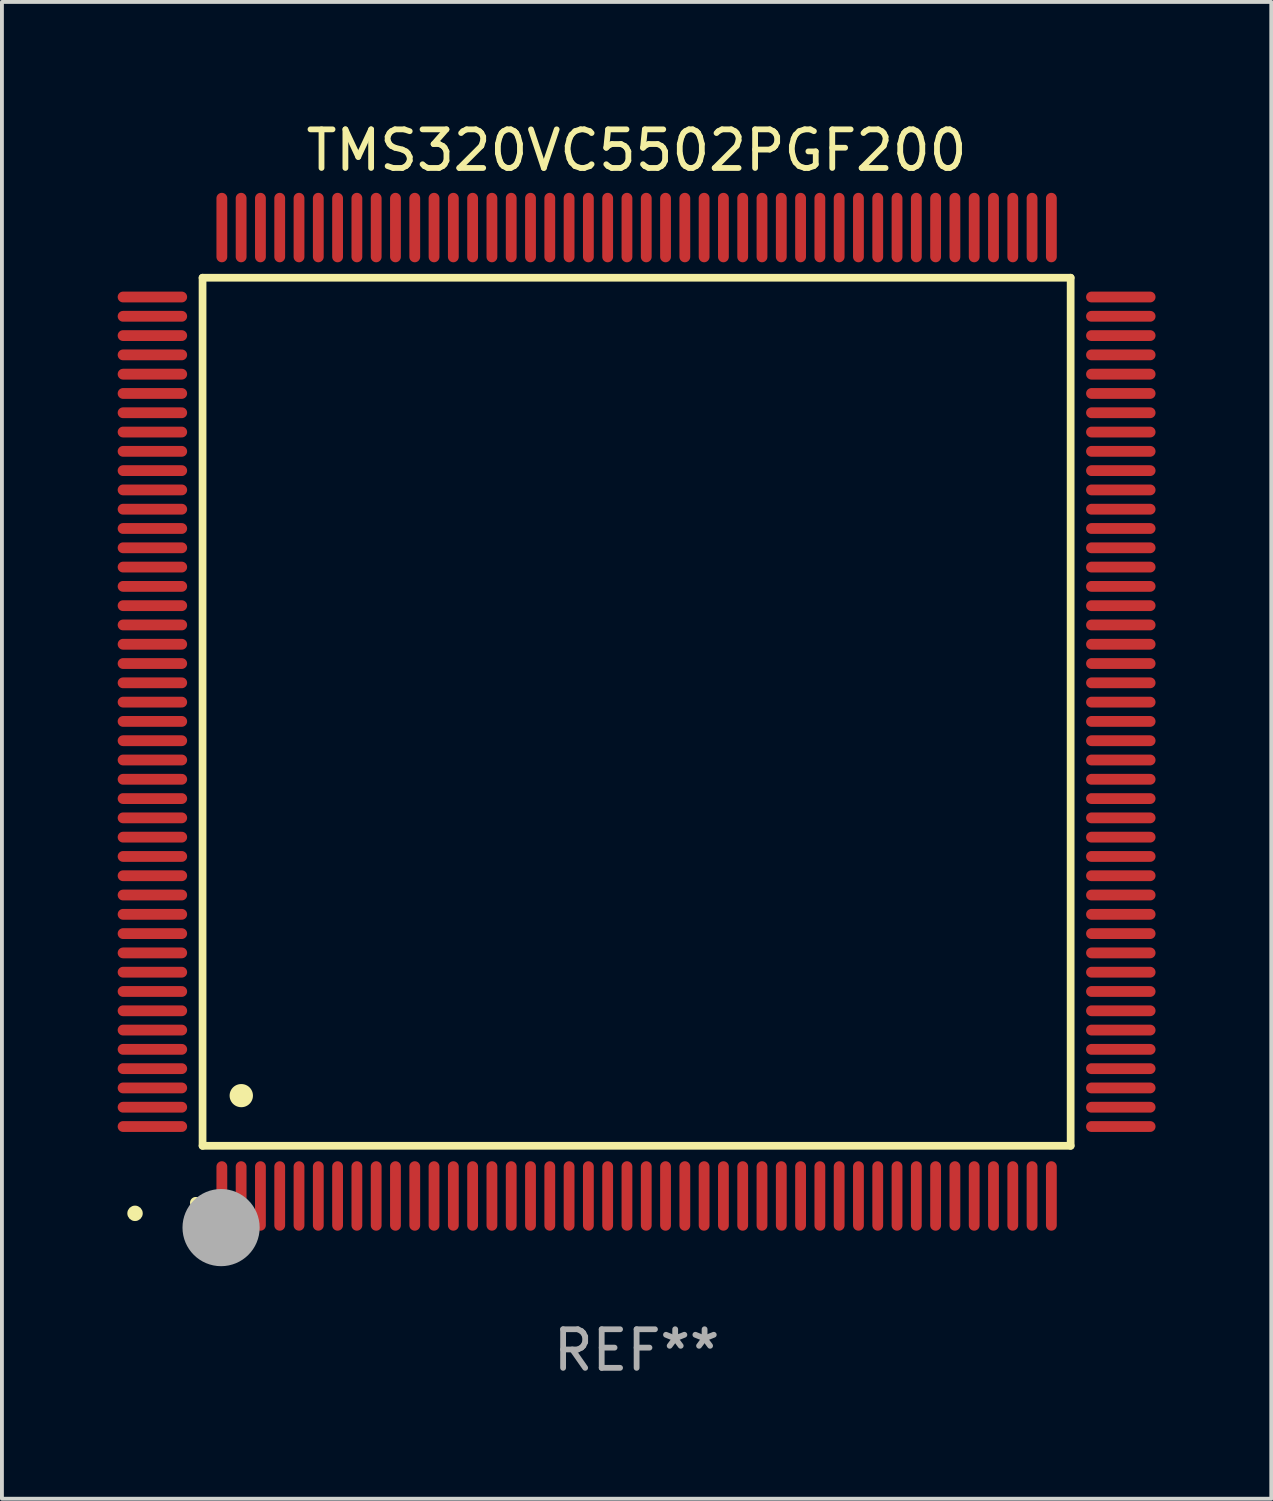
<source format=kicad_pcb>
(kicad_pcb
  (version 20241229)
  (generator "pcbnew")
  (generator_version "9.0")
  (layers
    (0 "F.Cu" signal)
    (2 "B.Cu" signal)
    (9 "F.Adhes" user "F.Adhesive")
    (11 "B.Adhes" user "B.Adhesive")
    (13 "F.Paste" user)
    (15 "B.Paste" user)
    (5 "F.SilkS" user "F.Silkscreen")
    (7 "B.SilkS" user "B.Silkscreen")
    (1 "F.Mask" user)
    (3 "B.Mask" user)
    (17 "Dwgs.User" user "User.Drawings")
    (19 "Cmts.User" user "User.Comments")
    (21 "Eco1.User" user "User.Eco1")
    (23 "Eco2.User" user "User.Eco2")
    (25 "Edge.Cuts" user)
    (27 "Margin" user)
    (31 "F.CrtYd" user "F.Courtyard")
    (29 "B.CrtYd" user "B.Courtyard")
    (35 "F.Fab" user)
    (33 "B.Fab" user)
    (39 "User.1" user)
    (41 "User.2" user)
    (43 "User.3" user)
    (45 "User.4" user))
  (footprint "TMS320VC5502PGF200"
    (layer "F.Cu")
    (at 13.45 15.398)
    (property "Reference" "TMS320VC5502PGF200" (at 0 -14.55 0) (layer "F.SilkS") (effects (font (size 1 1) (thickness 0.15))))
    (attr through_hole)
    (fp_line (start -11.25 -11.25) (end 11.25 -11.25) (stroke (width 0.2) (type solid)) (layer "F.SilkS"))
    (fp_line (start -11.25 11.25) (end -11.25 -11.25) (stroke (width 0.2) (type solid)) (layer "F.SilkS"))
    (fp_line (start 11.25 -11.25) (end 11.25 11.25) (stroke (width 0.2) (type solid)) (layer "F.SilkS"))
    (fp_line (start 11.25 11.25) (end -11.25 11.25) (stroke (width 0.2) (type solid)) (layer "F.SilkS"))
    (fp_arc (start -11.424943 12.725425) (mid -11.423673 12.72542) (end -11.422403 12.725425) (stroke (width 0.3) (type solid)) (layer "F.SilkS"))
    (fp_arc (start -10.24892 9.9492) (mid -10.24638 9.949189) (end -10.24384 9.9492) (stroke (width 0.6) (type solid)) (layer "F.SilkS"))
    (fp_circle (center -13 13) (end -12.9 13) (stroke (width 0.2) (type solid)) (fill no) (layer "F.SilkS"))
    (fp_circle (center -10.77 13.37) (end -10.27 13.37) (stroke (width 1) (type solid)) (fill no) (layer "F.Fab"))
    (fp_text user "REF**" (at 0 16.55 0) (layer "F.Fab") (effects (font (size 1 1) (thickness 0.15))))
    (pad "1" smd oval (at -10.75 12.55) (size 0.28 1.8) (layers "F.Cu" "F.Mask" "F.Paste"))
    (pad "2" smd oval (at -10.25 12.55) (size 0.28 1.8) (layers "F.Cu" "F.Mask" "F.Paste"))
    (pad "3" smd oval (at -9.75 12.55) (size 0.28 1.8) (layers "F.Cu" "F.Mask" "F.Paste"))
    (pad "4" smd oval (at -9.25 12.55) (size 0.28 1.8) (layers "F.Cu" "F.Mask" "F.Paste"))
    (pad "5" smd oval (at -8.75 12.55) (size 0.28 1.8) (layers "F.Cu" "F.Mask" "F.Paste"))
    (pad "6" smd oval (at -8.25 12.55) (size 0.28 1.8) (layers "F.Cu" "F.Mask" "F.Paste"))
    (pad "7" smd oval (at -7.75 12.55) (size 0.28 1.8) (layers "F.Cu" "F.Mask" "F.Paste"))
    (pad "8" smd oval (at -7.25 12.55) (size 0.28 1.8) (layers "F.Cu" "F.Mask" "F.Paste"))
    (pad "9" smd oval (at -6.75 12.55) (size 0.28 1.8) (layers "F.Cu" "F.Mask" "F.Paste"))
    (pad "10" smd oval (at -6.25 12.55) (size 0.28 1.8) (layers "F.Cu" "F.Mask" "F.Paste"))
    (pad "11" smd oval (at -5.75 12.55) (size 0.28 1.8) (layers "F.Cu" "F.Mask" "F.Paste"))
    (pad "12" smd oval (at -5.25 12.55) (size 0.28 1.8) (layers "F.Cu" "F.Mask" "F.Paste"))
    (pad "13" smd oval (at -4.75 12.55) (size 0.28 1.8) (layers "F.Cu" "F.Mask" "F.Paste"))
    (pad "14" smd oval (at -4.25 12.55) (size 0.28 1.8) (layers "F.Cu" "F.Mask" "F.Paste"))
    (pad "15" smd oval (at -3.75 12.55) (size 0.28 1.8) (layers "F.Cu" "F.Mask" "F.Paste"))
    (pad "16" smd oval (at -3.25 12.55) (size 0.28 1.8) (layers "F.Cu" "F.Mask" "F.Paste"))
    (pad "17" smd oval (at -2.75 12.55) (size 0.28 1.8) (layers "F.Cu" "F.Mask" "F.Paste"))
    (pad "18" smd oval (at -2.25 12.55) (size 0.28 1.8) (layers "F.Cu" "F.Mask" "F.Paste"))
    (pad "19" smd oval (at -1.75 12.55) (size 0.28 1.8) (layers "F.Cu" "F.Mask" "F.Paste"))
    (pad "20" smd oval (at -1.25 12.55) (size 0.28 1.8) (layers "F.Cu" "F.Mask" "F.Paste"))
    (pad "21" smd oval (at -0.75 12.55) (size 0.28 1.8) (layers "F.Cu" "F.Mask" "F.Paste"))
    (pad "22" smd oval (at -0.25 12.55) (size 0.28 1.8) (layers "F.Cu" "F.Mask" "F.Paste"))
    (pad "23" smd oval (at 0.25 12.55) (size 0.28 1.8) (layers "F.Cu" "F.Mask" "F.Paste"))
    (pad "24" smd oval (at 0.75 12.55) (size 0.28 1.8) (layers "F.Cu" "F.Mask" "F.Paste"))
    (pad "25" smd oval (at 1.25 12.55) (size 0.28 1.8) (layers "F.Cu" "F.Mask" "F.Paste"))
    (pad "26" smd oval (at 1.75 12.55) (size 0.28 1.8) (layers "F.Cu" "F.Mask" "F.Paste"))
    (pad "27" smd oval (at 2.25 12.55) (size 0.28 1.8) (layers "F.Cu" "F.Mask" "F.Paste"))
    (pad "28" smd oval (at 2.75 12.55) (size 0.28 1.8) (layers "F.Cu" "F.Mask" "F.Paste"))
    (pad "29" smd oval (at 3.25 12.55) (size 0.28 1.8) (layers "F.Cu" "F.Mask" "F.Paste"))
    (pad "30" smd oval (at 3.75 12.55) (size 0.28 1.8) (layers "F.Cu" "F.Mask" "F.Paste"))
    (pad "31" smd oval (at 4.25 12.55) (size 0.28 1.8) (layers "F.Cu" "F.Mask" "F.Paste"))
    (pad "32" smd oval (at 4.75 12.55) (size 0.28 1.8) (layers "F.Cu" "F.Mask" "F.Paste"))
    (pad "33" smd oval (at 5.25 12.55) (size 0.28 1.8) (layers "F.Cu" "F.Mask" "F.Paste"))
    (pad "34" smd oval (at 5.75 12.55) (size 0.28 1.8) (layers "F.Cu" "F.Mask" "F.Paste"))
    (pad "35" smd oval (at 6.25 12.55) (size 0.28 1.8) (layers "F.Cu" "F.Mask" "F.Paste"))
    (pad "36" smd oval (at 6.75 12.55) (size 0.28 1.8) (layers "F.Cu" "F.Mask" "F.Paste"))
    (pad "37" smd oval (at 7.25 12.55) (size 0.28 1.8) (layers "F.Cu" "F.Mask" "F.Paste"))
    (pad "38" smd oval (at 7.75 12.55) (size 0.28 1.8) (layers "F.Cu" "F.Mask" "F.Paste"))
    (pad "39" smd oval (at 8.25 12.55) (size 0.28 1.8) (layers "F.Cu" "F.Mask" "F.Paste"))
    (pad "40" smd oval (at 8.75 12.55) (size 0.28 1.8) (layers "F.Cu" "F.Mask" "F.Paste"))
    (pad "41" smd oval (at 9.25 12.55) (size 0.28 1.8) (layers "F.Cu" "F.Mask" "F.Paste"))
    (pad "42" smd oval (at 9.75 12.55) (size 0.28 1.8) (layers "F.Cu" "F.Mask" "F.Paste"))
    (pad "43" smd oval (at 10.25 12.55) (size 0.28 1.8) (layers "F.Cu" "F.Mask" "F.Paste"))
    (pad "44" smd oval (at 10.75 12.55) (size 0.28 1.8) (layers "F.Cu" "F.Mask" "F.Paste"))
    (pad "45" smd oval (at 12.55 10.75) (size 1.8 0.28) (layers "F.Cu" "F.Mask" "F.Paste"))
    (pad "46" smd oval (at 12.55 10.25) (size 1.8 0.28) (layers "F.Cu" "F.Mask" "F.Paste"))
    (pad "47" smd oval (at 12.55 9.75) (size 1.8 0.28) (layers "F.Cu" "F.Mask" "F.Paste"))
    (pad "48" smd oval (at 12.55 9.25) (size 1.8 0.28) (layers "F.Cu" "F.Mask" "F.Paste"))
    (pad "49" smd oval (at 12.55 8.75) (size 1.8 0.28) (layers "F.Cu" "F.Mask" "F.Paste"))
    (pad "50" smd oval (at 12.55 8.25) (size 1.8 0.28) (layers "F.Cu" "F.Mask" "F.Paste"))
    (pad "51" smd oval (at 12.55 7.75) (size 1.8 0.28) (layers "F.Cu" "F.Mask" "F.Paste"))
    (pad "52" smd oval (at 12.55 7.25) (size 1.8 0.28) (layers "F.Cu" "F.Mask" "F.Paste"))
    (pad "53" smd oval (at 12.55 6.75) (size 1.8 0.28) (layers "F.Cu" "F.Mask" "F.Paste"))
    (pad "54" smd oval (at 12.55 6.25) (size 1.8 0.28) (layers "F.Cu" "F.Mask" "F.Paste"))
    (pad "55" smd oval (at 12.55 5.75) (size 1.8 0.28) (layers "F.Cu" "F.Mask" "F.Paste"))
    (pad "56" smd oval (at 12.55 5.25) (size 1.8 0.28) (layers "F.Cu" "F.Mask" "F.Paste"))
    (pad "57" smd oval (at 12.55 4.75) (size 1.8 0.28) (layers "F.Cu" "F.Mask" "F.Paste"))
    (pad "58" smd oval (at 12.55 4.25) (size 1.8 0.28) (layers "F.Cu" "F.Mask" "F.Paste"))
    (pad "59" smd oval (at 12.55 3.75) (size 1.8 0.28) (layers "F.Cu" "F.Mask" "F.Paste"))
    (pad "60" smd oval (at 12.55 3.25) (size 1.8 0.28) (layers "F.Cu" "F.Mask" "F.Paste"))
    (pad "61" smd oval (at 12.55 2.75) (size 1.8 0.28) (layers "F.Cu" "F.Mask" "F.Paste"))
    (pad "62" smd oval (at 12.55 2.25) (size 1.8 0.28) (layers "F.Cu" "F.Mask" "F.Paste"))
    (pad "63" smd oval (at 12.55 1.75) (size 1.8 0.28) (layers "F.Cu" "F.Mask" "F.Paste"))
    (pad "64" smd oval (at 12.55 1.25) (size 1.8 0.28) (layers "F.Cu" "F.Mask" "F.Paste"))
    (pad "65" smd oval (at 12.55 0.75) (size 1.8 0.28) (layers "F.Cu" "F.Mask" "F.Paste"))
    (pad "66" smd oval (at 12.55 0.25) (size 1.8 0.28) (layers "F.Cu" "F.Mask" "F.Paste"))
    (pad "67" smd oval (at 12.55 -0.25) (size 1.8 0.28) (layers "F.Cu" "F.Mask" "F.Paste"))
    (pad "68" smd oval (at 12.55 -0.75) (size 1.8 0.28) (layers "F.Cu" "F.Mask" "F.Paste"))
    (pad "69" smd oval (at 12.55 -1.25) (size 1.8 0.28) (layers "F.Cu" "F.Mask" "F.Paste"))
    (pad "70" smd oval (at 12.55 -1.75) (size 1.8 0.28) (layers "F.Cu" "F.Mask" "F.Paste"))
    (pad "71" smd oval (at 12.55 -2.25) (size 1.8 0.28) (layers "F.Cu" "F.Mask" "F.Paste"))
    (pad "72" smd oval (at 12.55 -2.75) (size 1.8 0.28) (layers "F.Cu" "F.Mask" "F.Paste"))
    (pad "73" smd oval (at 12.55 -3.25) (size 1.8 0.28) (layers "F.Cu" "F.Mask" "F.Paste"))
    (pad "74" smd oval (at 12.55 -3.75) (size 1.8 0.28) (layers "F.Cu" "F.Mask" "F.Paste"))
    (pad "75" smd oval (at 12.55 -4.25) (size 1.8 0.28) (layers "F.Cu" "F.Mask" "F.Paste"))
    (pad "76" smd oval (at 12.55 -4.75) (size 1.8 0.28) (layers "F.Cu" "F.Mask" "F.Paste"))
    (pad "77" smd oval (at 12.55 -5.25) (size 1.8 0.28) (layers "F.Cu" "F.Mask" "F.Paste"))
    (pad "78" smd oval (at 12.55 -5.75) (size 1.8 0.28) (layers "F.Cu" "F.Mask" "F.Paste"))
    (pad "79" smd oval (at 12.55 -6.25) (size 1.8 0.28) (layers "F.Cu" "F.Mask" "F.Paste"))
    (pad "80" smd oval (at 12.55 -6.75) (size 1.8 0.28) (layers "F.Cu" "F.Mask" "F.Paste"))
    (pad "81" smd oval (at 12.55 -7.25) (size 1.8 0.28) (layers "F.Cu" "F.Mask" "F.Paste"))
    (pad "82" smd oval (at 12.55 -7.75) (size 1.8 0.28) (layers "F.Cu" "F.Mask" "F.Paste"))
    (pad "83" smd oval (at 12.55 -8.25) (size 1.8 0.28) (layers "F.Cu" "F.Mask" "F.Paste"))
    (pad "84" smd oval (at 12.55 -8.75) (size 1.8 0.28) (layers "F.Cu" "F.Mask" "F.Paste"))
    (pad "85" smd oval (at 12.55 -9.25) (size 1.8 0.28) (layers "F.Cu" "F.Mask" "F.Paste"))
    (pad "86" smd oval (at 12.55 -9.75) (size 1.8 0.28) (layers "F.Cu" "F.Mask" "F.Paste"))
    (pad "87" smd oval (at 12.55 -10.25) (size 1.8 0.28) (layers "F.Cu" "F.Mask" "F.Paste"))
    (pad "88" smd oval (at 12.55 -10.75) (size 1.8 0.28) (layers "F.Cu" "F.Mask" "F.Paste"))
    (pad "89" smd oval (at 10.75 -12.55) (size 0.28 1.8) (layers "F.Cu" "F.Mask" "F.Paste"))
    (pad "90" smd oval (at 10.25 -12.55) (size 0.28 1.8) (layers "F.Cu" "F.Mask" "F.Paste"))
    (pad "91" smd oval (at 9.75 -12.55) (size 0.28 1.8) (layers "F.Cu" "F.Mask" "F.Paste"))
    (pad "92" smd oval (at 9.25 -12.55) (size 0.28 1.8) (layers "F.Cu" "F.Mask" "F.Paste"))
    (pad "93" smd oval (at 8.75 -12.55) (size 0.28 1.8) (layers "F.Cu" "F.Mask" "F.Paste"))
    (pad "94" smd oval (at 8.25 -12.55) (size 0.28 1.8) (layers "F.Cu" "F.Mask" "F.Paste"))
    (pad "95" smd oval (at 7.75 -12.55) (size 0.28 1.8) (layers "F.Cu" "F.Mask" "F.Paste"))
    (pad "96" smd oval (at 7.25 -12.55) (size 0.28 1.8) (layers "F.Cu" "F.Mask" "F.Paste"))
    (pad "97" smd oval (at 6.75 -12.55) (size 0.28 1.8) (layers "F.Cu" "F.Mask" "F.Paste"))
    (pad "98" smd oval (at 6.25 -12.55) (size 0.28 1.8) (layers "F.Cu" "F.Mask" "F.Paste"))
    (pad "99" smd oval (at 5.75 -12.55) (size 0.28 1.8) (layers "F.Cu" "F.Mask" "F.Paste"))
    (pad "100" smd oval (at 5.25 -12.55) (size 0.28 1.8) (layers "F.Cu" "F.Mask" "F.Paste"))
    (pad "101" smd oval (at 4.75 -12.55) (size 0.28 1.8) (layers "F.Cu" "F.Mask" "F.Paste"))
    (pad "102" smd oval (at 4.25 -12.55) (size 0.28 1.8) (layers "F.Cu" "F.Mask" "F.Paste"))
    (pad "103" smd oval (at 3.75 -12.55) (size 0.28 1.8) (layers "F.Cu" "F.Mask" "F.Paste"))
    (pad "104" smd oval (at 3.25 -12.55) (size 0.28 1.8) (layers "F.Cu" "F.Mask" "F.Paste"))
    (pad "105" smd oval (at 2.75 -12.55) (size 0.28 1.8) (layers "F.Cu" "F.Mask" "F.Paste"))
    (pad "106" smd oval (at 2.25 -12.55) (size 0.28 1.8) (layers "F.Cu" "F.Mask" "F.Paste"))
    (pad "107" smd oval (at 1.75 -12.55) (size 0.28 1.8) (layers "F.Cu" "F.Mask" "F.Paste"))
    (pad "108" smd oval (at 1.25 -12.55) (size 0.28 1.8) (layers "F.Cu" "F.Mask" "F.Paste"))
    (pad "109" smd oval (at 0.75 -12.55) (size 0.28 1.8) (layers "F.Cu" "F.Mask" "F.Paste"))
    (pad "110" smd oval (at 0.25 -12.55) (size 0.28 1.8) (layers "F.Cu" "F.Mask" "F.Paste"))
    (pad "111" smd oval (at -0.25 -12.55) (size 0.28 1.8) (layers "F.Cu" "F.Mask" "F.Paste"))
    (pad "112" smd oval (at -0.75 -12.55) (size 0.28 1.8) (layers "F.Cu" "F.Mask" "F.Paste"))
    (pad "113" smd oval (at -1.25 -12.55) (size 0.28 1.8) (layers "F.Cu" "F.Mask" "F.Paste"))
    (pad "114" smd oval (at -1.75 -12.55) (size 0.28 1.8) (layers "F.Cu" "F.Mask" "F.Paste"))
    (pad "115" smd oval (at -2.25 -12.55) (size 0.28 1.8) (layers "F.Cu" "F.Mask" "F.Paste"))
    (pad "116" smd oval (at -2.75 -12.55) (size 0.28 1.8) (layers "F.Cu" "F.Mask" "F.Paste"))
    (pad "117" smd oval (at -3.25 -12.55) (size 0.28 1.8) (layers "F.Cu" "F.Mask" "F.Paste"))
    (pad "118" smd oval (at -3.75 -12.55) (size 0.28 1.8) (layers "F.Cu" "F.Mask" "F.Paste"))
    (pad "119" smd oval (at -4.25 -12.55) (size 0.28 1.8) (layers "F.Cu" "F.Mask" "F.Paste"))
    (pad "120" smd oval (at -4.75 -12.55) (size 0.28 1.8) (layers "F.Cu" "F.Mask" "F.Paste"))
    (pad "121" smd oval (at -5.25 -12.55) (size 0.28 1.8) (layers "F.Cu" "F.Mask" "F.Paste"))
    (pad "122" smd oval (at -5.75 -12.55) (size 0.28 1.8) (layers "F.Cu" "F.Mask" "F.Paste"))
    (pad "123" smd oval (at -6.25 -12.55) (size 0.28 1.8) (layers "F.Cu" "F.Mask" "F.Paste"))
    (pad "124" smd oval (at -6.75 -12.55) (size 0.28 1.8) (layers "F.Cu" "F.Mask" "F.Paste"))
    (pad "125" smd oval (at -7.25 -12.55) (size 0.28 1.8) (layers "F.Cu" "F.Mask" "F.Paste"))
    (pad "126" smd oval (at -7.75 -12.55) (size 0.28 1.8) (layers "F.Cu" "F.Mask" "F.Paste"))
    (pad "127" smd oval (at -8.25 -12.55) (size 0.28 1.8) (layers "F.Cu" "F.Mask" "F.Paste"))
    (pad "128" smd oval (at -8.75 -12.55) (size 0.28 1.8) (layers "F.Cu" "F.Mask" "F.Paste"))
    (pad "129" smd oval (at -9.25 -12.55) (size 0.28 1.8) (layers "F.Cu" "F.Mask" "F.Paste"))
    (pad "130" smd oval (at -9.75 -12.55) (size 0.28 1.8) (layers "F.Cu" "F.Mask" "F.Paste"))
    (pad "131" smd oval (at -10.25 -12.55) (size 0.28 1.8) (layers "F.Cu" "F.Mask" "F.Paste"))
    (pad "132" smd oval (at -10.75 -12.55) (size 0.28 1.8) (layers "F.Cu" "F.Mask" "F.Paste"))
    (pad "133" smd oval (at -12.55 -10.75) (size 1.8 0.28) (layers "F.Cu" "F.Mask" "F.Paste"))
    (pad "134" smd oval (at -12.55 -10.25) (size 1.8 0.28) (layers "F.Cu" "F.Mask" "F.Paste"))
    (pad "135" smd oval (at -12.55 -9.75) (size 1.8 0.28) (layers "F.Cu" "F.Mask" "F.Paste"))
    (pad "136" smd oval (at -12.55 -9.25) (size 1.8 0.28) (layers "F.Cu" "F.Mask" "F.Paste"))
    (pad "137" smd oval (at -12.55 -8.75) (size 1.8 0.28) (layers "F.Cu" "F.Mask" "F.Paste"))
    (pad "138" smd oval (at -12.55 -8.25) (size 1.8 0.28) (layers "F.Cu" "F.Mask" "F.Paste"))
    (pad "139" smd oval (at -12.55 -7.75) (size 1.8 0.28) (layers "F.Cu" "F.Mask" "F.Paste"))
    (pad "140" smd oval (at -12.55 -7.25) (size 1.8 0.28) (layers "F.Cu" "F.Mask" "F.Paste"))
    (pad "141" smd oval (at -12.55 -6.75) (size 1.8 0.28) (layers "F.Cu" "F.Mask" "F.Paste"))
    (pad "142" smd oval (at -12.55 -6.25) (size 1.8 0.28) (layers "F.Cu" "F.Mask" "F.Paste"))
    (pad "143" smd oval (at -12.55 -5.75) (size 1.8 0.28) (layers "F.Cu" "F.Mask" "F.Paste"))
    (pad "144" smd oval (at -12.55 -5.25) (size 1.8 0.28) (layers "F.Cu" "F.Mask" "F.Paste"))
    (pad "145" smd oval (at -12.55 -4.75) (size 1.8 0.28) (layers "F.Cu" "F.Mask" "F.Paste"))
    (pad "146" smd oval (at -12.55 -4.25) (size 1.8 0.28) (layers "F.Cu" "F.Mask" "F.Paste"))
    (pad "147" smd oval (at -12.55 -3.75) (size 1.8 0.28) (layers "F.Cu" "F.Mask" "F.Paste"))
    (pad "148" smd oval (at -12.55 -3.25) (size 1.8 0.28) (layers "F.Cu" "F.Mask" "F.Paste"))
    (pad "149" smd oval (at -12.55 -2.75) (size 1.8 0.28) (layers "F.Cu" "F.Mask" "F.Paste"))
    (pad "150" smd oval (at -12.55 -2.25) (size 1.8 0.28) (layers "F.Cu" "F.Mask" "F.Paste"))
    (pad "151" smd oval (at -12.55 -1.75) (size 1.8 0.28) (layers "F.Cu" "F.Mask" "F.Paste"))
    (pad "152" smd oval (at -12.55 -1.25) (size 1.8 0.28) (layers "F.Cu" "F.Mask" "F.Paste"))
    (pad "153" smd oval (at -12.55 -0.75) (size 1.8 0.28) (layers "F.Cu" "F.Mask" "F.Paste"))
    (pad "154" smd oval (at -12.55 -0.25) (size 1.8 0.28) (layers "F.Cu" "F.Mask" "F.Paste"))
    (pad "155" smd oval (at -12.55 0.25) (size 1.8 0.28) (layers "F.Cu" "F.Mask" "F.Paste"))
    (pad "156" smd oval (at -12.55 0.75) (size 1.8 0.28) (layers "F.Cu" "F.Mask" "F.Paste"))
    (pad "157" smd oval (at -12.55 1.25) (size 1.8 0.28) (layers "F.Cu" "F.Mask" "F.Paste"))
    (pad "158" smd oval (at -12.55 1.75) (size 1.8 0.28) (layers "F.Cu" "F.Mask" "F.Paste"))
    (pad "159" smd oval (at -12.55 2.25) (size 1.8 0.28) (layers "F.Cu" "F.Mask" "F.Paste"))
    (pad "160" smd oval (at -12.55 2.75) (size 1.8 0.28) (layers "F.Cu" "F.Mask" "F.Paste"))
    (pad "161" smd oval (at -12.55 3.25) (size 1.8 0.28) (layers "F.Cu" "F.Mask" "F.Paste"))
    (pad "162" smd oval (at -12.55 3.75) (size 1.8 0.28) (layers "F.Cu" "F.Mask" "F.Paste"))
    (pad "163" smd oval (at -12.55 4.25) (size 1.8 0.28) (layers "F.Cu" "F.Mask" "F.Paste"))
    (pad "164" smd oval (at -12.55 4.75) (size 1.8 0.28) (layers "F.Cu" "F.Mask" "F.Paste"))
    (pad "165" smd oval (at -12.55 5.25) (size 1.8 0.28) (layers "F.Cu" "F.Mask" "F.Paste"))
    (pad "166" smd oval (at -12.55 5.75) (size 1.8 0.28) (layers "F.Cu" "F.Mask" "F.Paste"))
    (pad "167" smd oval (at -12.55 6.25) (size 1.8 0.28) (layers "F.Cu" "F.Mask" "F.Paste"))
    (pad "168" smd oval (at -12.55 6.75) (size 1.8 0.28) (layers "F.Cu" "F.Mask" "F.Paste"))
    (pad "169" smd oval (at -12.55 7.25) (size 1.8 0.28) (layers "F.Cu" "F.Mask" "F.Paste"))
    (pad "170" smd oval (at -12.55 7.75) (size 1.8 0.28) (layers "F.Cu" "F.Mask" "F.Paste"))
    (pad "171" smd oval (at -12.55 8.25) (size 1.8 0.28) (layers "F.Cu" "F.Mask" "F.Paste"))
    (pad "172" smd oval (at -12.55 8.75) (size 1.8 0.28) (layers "F.Cu" "F.Mask" "F.Paste"))
    (pad "173" smd oval (at -12.55 9.25) (size 1.8 0.28) (layers "F.Cu" "F.Mask" "F.Paste"))
    (pad "174" smd oval (at -12.55 9.75) (size 1.8 0.28) (layers "F.Cu" "F.Mask" "F.Paste"))
    (pad "175" smd oval (at -12.55 10.25) (size 1.8 0.28) (layers "F.Cu" "F.Mask" "F.Paste"))
    (pad "176" smd oval (at -12.55 10.75) (size 1.8 0.28) (layers "F.Cu" "F.Mask" "F.Paste")))
  (gr_rect
    (start -3 -3)
    (end 29.9 35.796)
    (stroke (width 0.1) (type default))
    (fill no)
    (layer "Edge.Cuts")))
</source>
